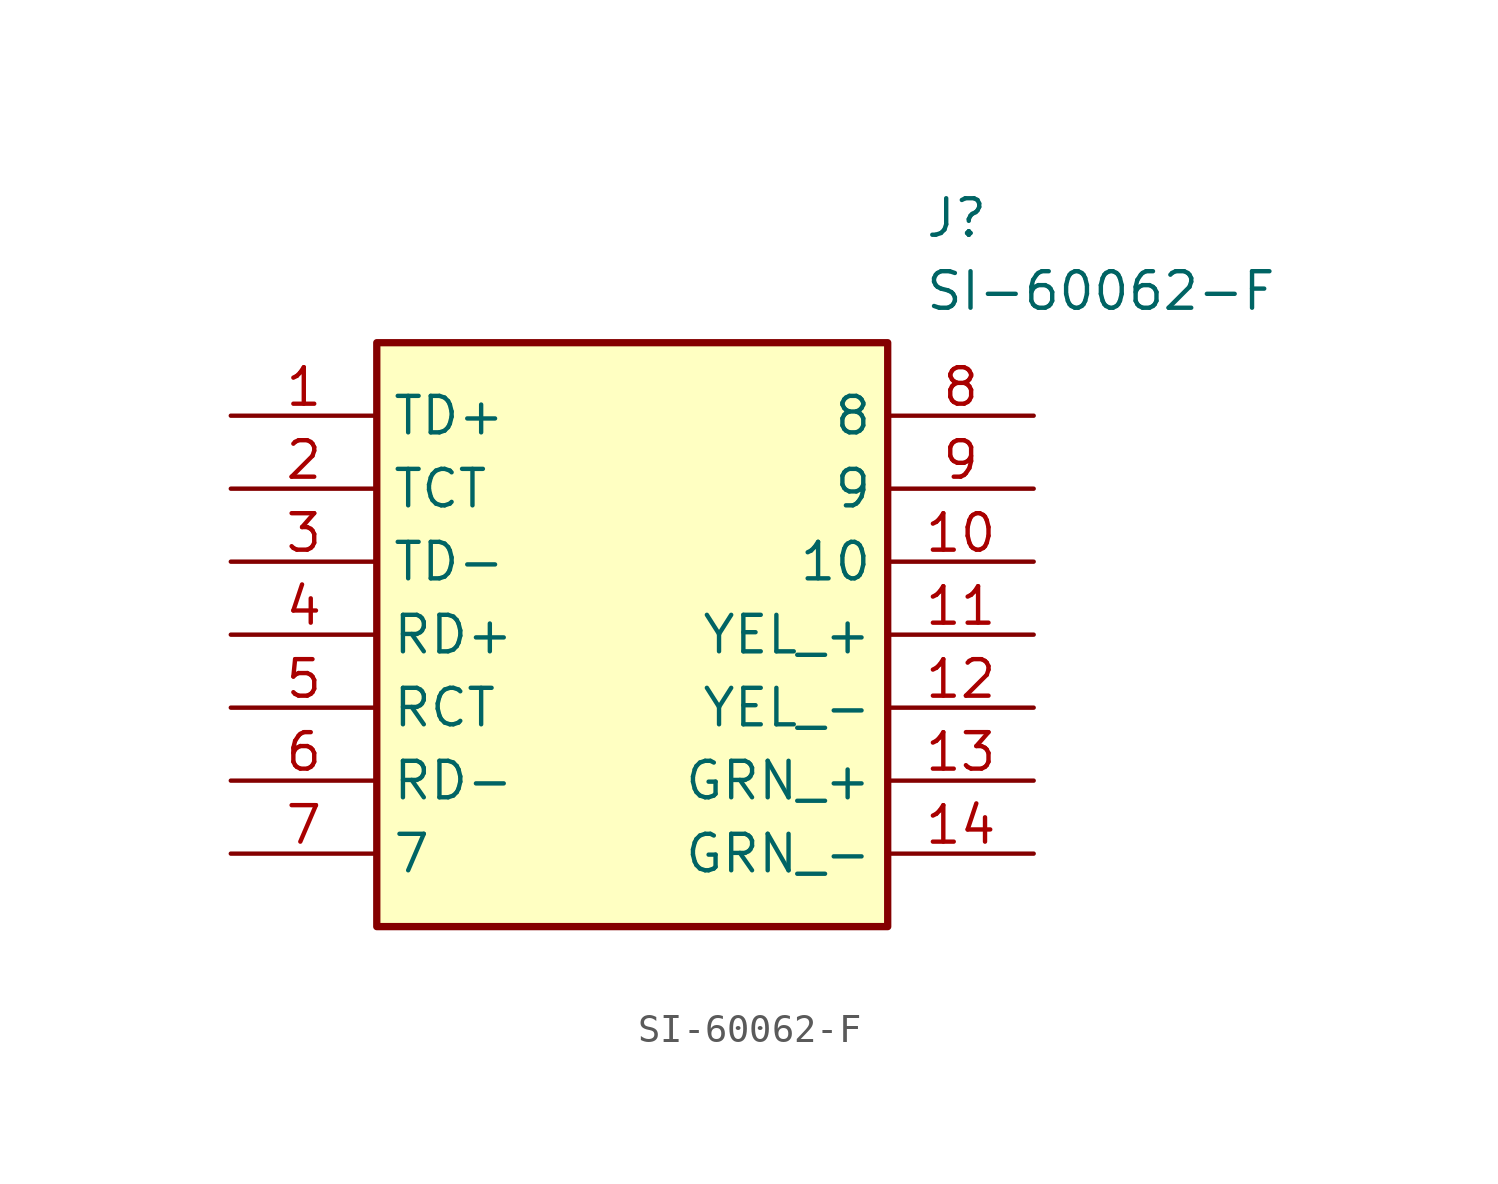
<source format=kicad_sym>
(kicad_symbol_lib
  (version 20211014)
  (generator SamacSys_ECAD_Model)
  (symbol "SI-60062-F"
    (property "Reference" "J"
      (at 24.13 7.62 0)
      (effects (font (size 1.27 1.27)) (justify left top)))
    (property "Value" "SI-60062-F"
      (at 24.13 5.08 0)
      (effects (font (size 1.27 1.27)) (justify left top)))
    (rectangle
      (start 5.08 2.54)
      (end 22.86 -17.78)
      (stroke (width 0.254) (type default))
      (fill (type background)))
    (pin passive line
      (at 0 0 0)
      (length 5.08)
      (name "TD+" (effects (font (size 1.27 1.27))))
      (number "1" (effects (font (size 1.27 1.27)))))
    (pin passive line
      (at 0 -2.54 0)
      (length 5.08)
      (name "TCT" (effects (font (size 1.27 1.27))))
      (number "2" (effects (font (size 1.27 1.27)))))
    (pin passive line
      (at 0 -5.08 0)
      (length 5.08)
      (name "TD-" (effects (font (size 1.27 1.27))))
      (number "3" (effects (font (size 1.27 1.27)))))
    (pin passive line
      (at 0 -7.62 0)
      (length 5.08)
      (name "RD+" (effects (font (size 1.27 1.27))))
      (number "4" (effects (font (size 1.27 1.27)))))
    (pin passive line
      (at 0 -10.16 0)
      (length 5.08)
      (name "RCT" (effects (font (size 1.27 1.27))))
      (number "5" (effects (font (size 1.27 1.27)))))
    (pin passive line
      (at 0 -12.7 0)
      (length 5.08)
      (name "RD-" (effects (font (size 1.27 1.27))))
      (number "6" (effects (font (size 1.27 1.27)))))
    (pin passive line
      (at 0 -15.24 0)
      (length 5.08)
      (name "7" (effects (font (size 1.27 1.27))))
      (number "7" (effects (font (size 1.27 1.27)))))
    (pin passive line
      (at 27.94 0 180)
      (length 5.08)
      (name "8" (effects (font (size 1.27 1.27))))
      (number "8" (effects (font (size 1.27 1.27)))))
    (pin passive line
      (at 27.94 -2.54 180)
      (length 5.08)
      (name "9" (effects (font (size 1.27 1.27))))
      (number "9" (effects (font (size 1.27 1.27)))))
    (pin passive line
      (at 27.94 -5.08 180)
      (length 5.08)
      (name "10" (effects (font (size 1.27 1.27))))
      (number "10" (effects (font (size 1.27 1.27)))))
    (pin passive line
      (at 27.94 -7.62 180)
      (length 5.08)
      (name "YEL_+" (effects (font (size 1.27 1.27))))
      (number "11" (effects (font (size 1.27 1.27)))))
    (pin passive line
      (at 27.94 -10.16 180)
      (length 5.08)
      (name "YEL_-" (effects (font (size 1.27 1.27))))
      (number "12" (effects (font (size 1.27 1.27)))))
    (pin passive line
      (at 27.94 -12.7 180)
      (length 5.08)
      (name "GRN_+" (effects (font (size 1.27 1.27))))
      (number "13" (effects (font (size 1.27 1.27)))))
    (pin passive line
      (at 27.94 -15.24 180)
      (length 5.08)
      (name "GRN_-" (effects (font (size 1.27 1.27))))
      (number "14" (effects (font (size 1.27 1.27)))))))
</source>
